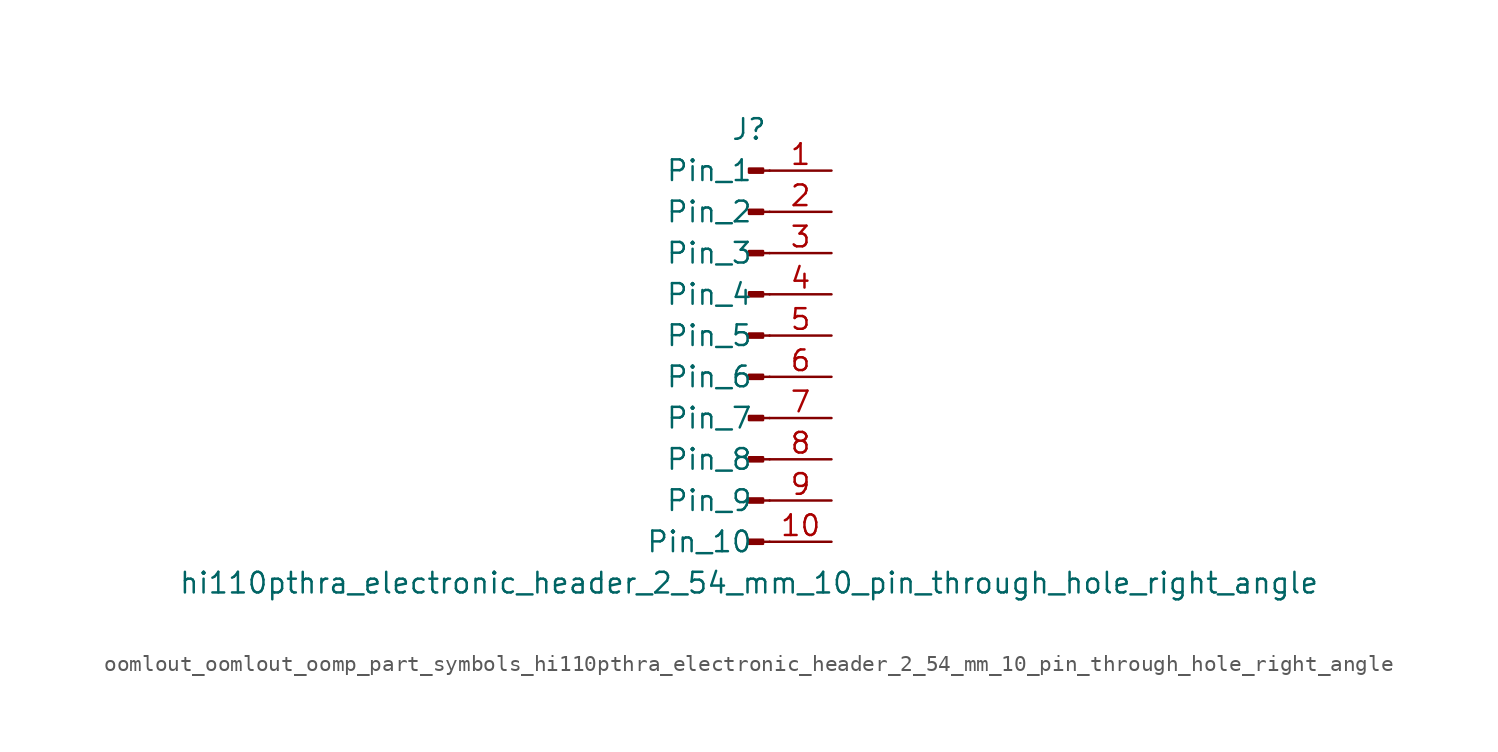
<source format=kicad_sym>
(kicad_symbol_lib
  (version 20220914)
  (generator kicad_symbol_editor)
  (symbol "oomlout_oomlout_oomp_part_symbols_hi110pthra_electronic_header_2_54_mm_10_pin_through_hole_right_angle"
    (pin_names
      (offset 1.016))
    (property "Reference" "J"
      (at 0 12.7 0)
      (effects (font (size 1.27 1.27))))
    (property "Value" "hi110pthra_electronic_header_2_54_mm_10_pin_through_hole_right_angle"
      (at 0 -15.24 0)
      (effects (font (size 1.27 1.27))))
    (property "ki_locked" ""
      (at 0 0 0)
      (effects (font (size 1.27 1.27))))
    (symbol "oomlout_oomlout_oomp_part_symbols_hi110pthra_electronic_header_2_54_mm_10_pin_through_hole_right_angle_1_1"
      (polyline (pts (xy 1.27 -12.7) (xy 0.864 -12.7)) (stroke (width 0.152) (type default)) (fill (type none)))
      (polyline (pts (xy 1.27 -10.16) (xy 0.864 -10.16)) (stroke (width 0.152) (type default)) (fill (type none)))
      (polyline (pts (xy 1.27 -7.62) (xy 0.864 -7.62)) (stroke (width 0.152) (type default)) (fill (type none)))
      (polyline (pts (xy 1.27 -5.08) (xy 0.864 -5.08)) (stroke (width 0.152) (type default)) (fill (type none)))
      (polyline (pts (xy 1.27 -2.54) (xy 0.864 -2.54)) (stroke (width 0.152) (type default)) (fill (type none)))
      (polyline (pts (xy 1.27 0) (xy 0.864 0)) (stroke (width 0.152) (type default)) (fill (type none)))
      (polyline (pts (xy 1.27 2.54) (xy 0.864 2.54)) (stroke (width 0.152) (type default)) (fill (type none)))
      (polyline (pts (xy 1.27 5.08) (xy 0.864 5.08)) (stroke (width 0.152) (type default)) (fill (type none)))
      (polyline (pts (xy 1.27 7.62) (xy 0.864 7.62)) (stroke (width 0.152) (type default)) (fill (type none)))
      (polyline (pts (xy 1.27 10.16) (xy 0.864 10.16)) (stroke (width 0.152) (type default)) (fill (type none)))
      (rectangle (start 0.864 -12.573) (end 0 -12.827) (stroke (width 0.152) (type default)) (fill (type outline)))
      (rectangle (start 0.864 -10.033) (end 0 -10.287) (stroke (width 0.152) (type default)) (fill (type outline)))
      (rectangle (start 0.864 -7.493) (end 0 -7.747) (stroke (width 0.152) (type default)) (fill (type outline)))
      (rectangle (start 0.864 -4.953) (end 0 -5.207) (stroke (width 0.152) (type default)) (fill (type outline)))
      (rectangle (start 0.864 -2.413) (end 0 -2.667) (stroke (width 0.152) (type default)) (fill (type outline)))
      (rectangle (start 0.864 0.127) (end 0 -0.127) (stroke (width 0.152) (type default)) (fill (type outline)))
      (rectangle (start 0.864 2.667) (end 0 2.413) (stroke (width 0.152) (type default)) (fill (type outline)))
      (rectangle (start 0.864 5.207) (end 0 4.953) (stroke (width 0.152) (type default)) (fill (type outline)))
      (rectangle (start 0.864 7.747) (end 0 7.493) (stroke (width 0.152) (type default)) (fill (type outline)))
      (rectangle (start 0.864 10.287) (end 0 10.033) (stroke (width 0.152) (type default)) (fill (type outline)))
      (pin passive line (at 5.08 10.16 180) (length 3.81) (name "Pin_1" (effects (font (size 1.27 1.27)))) (number "1" (effects (font (size 1.27 1.27)))))
      (pin passive line (at 5.08 -12.7 180) (length 3.81) (name "Pin_10" (effects (font (size 1.27 1.27)))) (number "10" (effects (font (size 1.27 1.27)))))
      (pin passive line (at 5.08 7.62 180) (length 3.81) (name "Pin_2" (effects (font (size 1.27 1.27)))) (number "2" (effects (font (size 1.27 1.27)))))
      (pin passive line (at 5.08 5.08 180) (length 3.81) (name "Pin_3" (effects (font (size 1.27 1.27)))) (number "3" (effects (font (size 1.27 1.27)))))
      (pin passive line (at 5.08 2.54 180) (length 3.81) (name "Pin_4" (effects (font (size 1.27 1.27)))) (number "4" (effects (font (size 1.27 1.27)))))
      (pin passive line (at 5.08 0 180) (length 3.81) (name "Pin_5" (effects (font (size 1.27 1.27)))) (number "5" (effects (font (size 1.27 1.27)))))
      (pin passive line (at 5.08 -2.54 180) (length 3.81) (name "Pin_6" (effects (font (size 1.27 1.27)))) (number "6" (effects (font (size 1.27 1.27)))))
      (pin passive line (at 5.08 -5.08 180) (length 3.81) (name "Pin_7" (effects (font (size 1.27 1.27)))) (number "7" (effects (font (size 1.27 1.27)))))
      (pin passive line (at 5.08 -7.62 180) (length 3.81) (name "Pin_8" (effects (font (size 1.27 1.27)))) (number "8" (effects (font (size 1.27 1.27)))))
      (pin passive line (at 5.08 -10.16 180) (length 3.81) (name "Pin_9" (effects (font (size 1.27 1.27)))) (number "9" (effects (font (size 1.27 1.27))))))))
</source>
